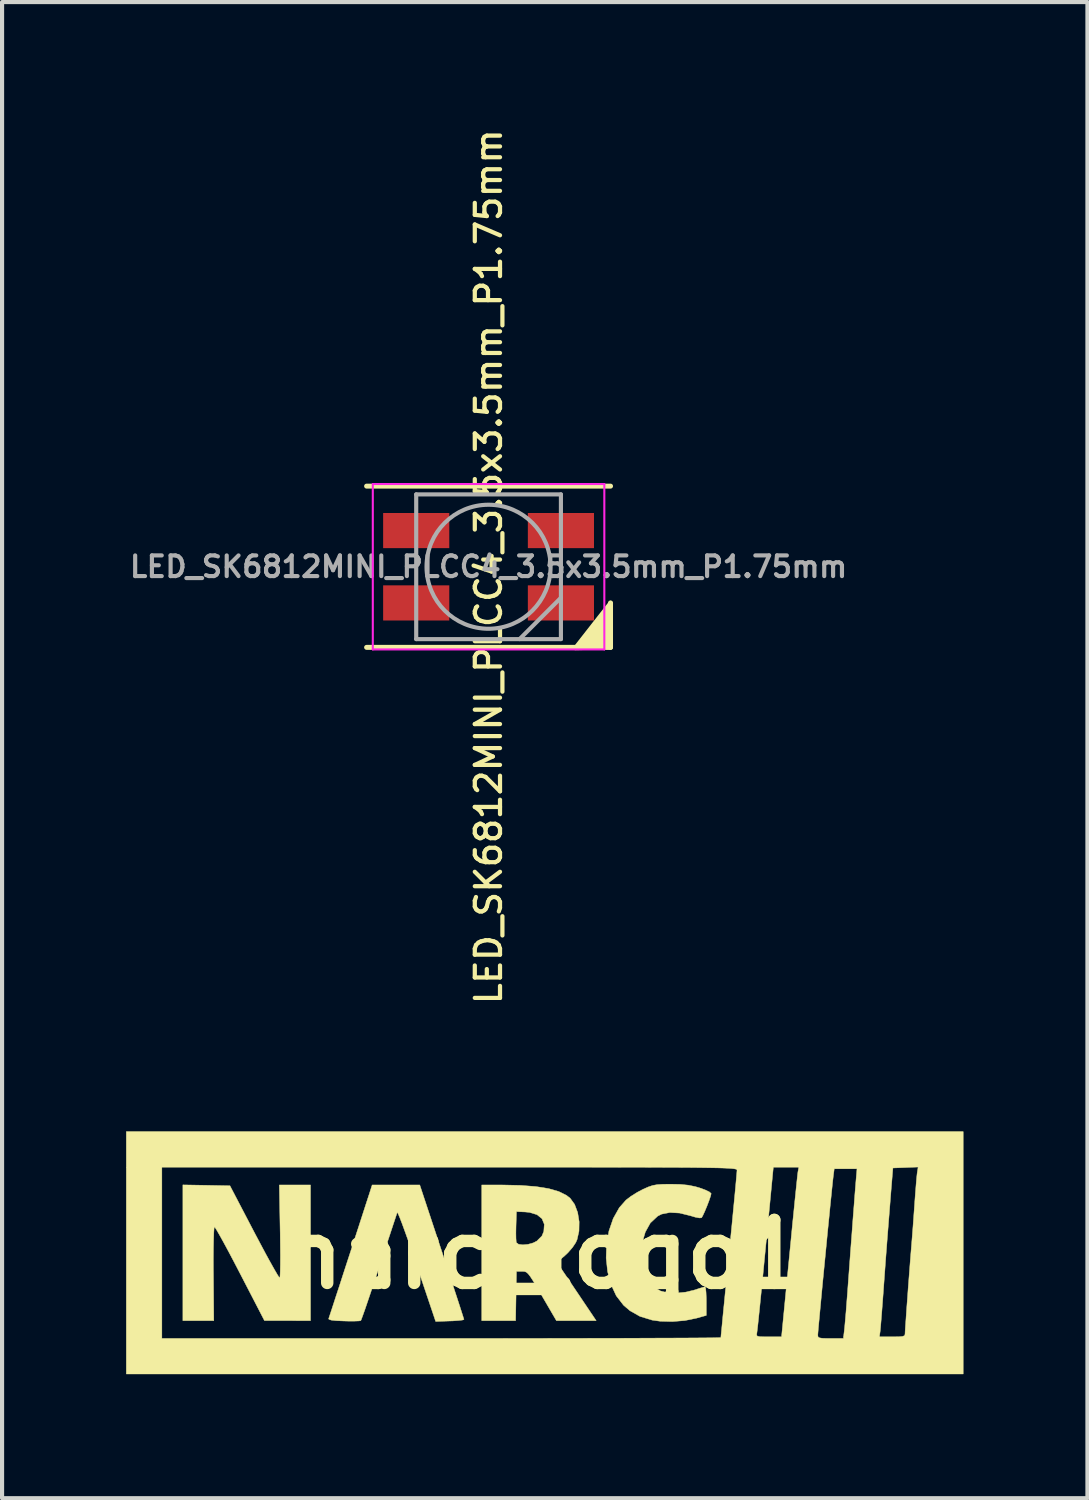
<source format=kicad_pcb>
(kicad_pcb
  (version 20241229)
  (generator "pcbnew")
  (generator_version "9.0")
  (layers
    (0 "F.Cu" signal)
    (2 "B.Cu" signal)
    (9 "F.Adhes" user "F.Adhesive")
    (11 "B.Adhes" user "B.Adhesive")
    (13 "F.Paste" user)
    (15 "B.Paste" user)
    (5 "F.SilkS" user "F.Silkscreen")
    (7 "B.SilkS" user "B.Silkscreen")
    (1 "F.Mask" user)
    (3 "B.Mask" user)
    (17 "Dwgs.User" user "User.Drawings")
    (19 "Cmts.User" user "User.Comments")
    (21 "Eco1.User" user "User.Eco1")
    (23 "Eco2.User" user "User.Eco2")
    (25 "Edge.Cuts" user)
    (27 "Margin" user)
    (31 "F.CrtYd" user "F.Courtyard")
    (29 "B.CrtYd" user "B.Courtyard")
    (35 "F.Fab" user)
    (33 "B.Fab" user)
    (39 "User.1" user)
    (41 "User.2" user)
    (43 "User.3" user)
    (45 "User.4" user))
  (footprint "LED_SK6812MINI_PLCC4_3.5x3.5mm_P1.75mm"
    (layer "F.Cu")
    (at 8.767 10.658)
    (property "Reference" "LED_SK6812MINI_PLCC4_3.5x3.5mm_P1.75mm" (at 0 0 90) (layer "F.SilkS") (effects (font (size 0.61 0.61) (thickness 0.102))))
    (attr smd)
    (fp_line (start -2.95 -1.95) (end 2.95 -1.95) (stroke (width 0.12) (type solid)) (layer "F.SilkS"))
    (fp_line (start -2.95 1.95) (end 2.95 1.95) (stroke (width 0.12) (type solid)) (layer "F.SilkS"))
    (fp_line (start 2.95 1.95) (end 2.95 0.875) (stroke (width 0.12) (type solid)) (layer "F.SilkS"))
    (fp_poly (pts (xy 2.95 0.875) (xy 2.95 1.95) (xy 2.095 1.968)) (stroke (width 0.1) (type solid)) (fill yes) (layer "F.SilkS"))
    (fp_line (start -2.8 -2) (end -2.8 2) (stroke (width 0.05) (type solid)) (layer "F.CrtYd"))
    (fp_line (start -2.8 2) (end 2.8 2) (stroke (width 0.05) (type solid)) (layer "F.CrtYd"))
    (fp_line (start 2.8 -2) (end -2.8 -2) (stroke (width 0.05) (type solid)) (layer "F.CrtYd"))
    (fp_line (start 2.8 2) (end 2.8 -2) (stroke (width 0.05) (type solid)) (layer "F.CrtYd"))
    (fp_line (start -1.75 -1.75) (end -1.75 1.75) (stroke (width 0.1) (type solid)) (layer "F.Fab"))
    (fp_line (start -1.75 1.75) (end 1.75 1.75) (stroke (width 0.1) (type solid)) (layer "F.Fab"))
    (fp_line (start 1.75 -1.75) (end -1.75 -1.75) (stroke (width 0.1) (type solid)) (layer "F.Fab"))
    (fp_line (start 1.75 0.75) (end 0.75 1.75) (stroke (width 0.1) (type solid)) (layer "F.Fab"))
    (fp_line (start 1.75 1.75) (end 1.75 -1.75) (stroke (width 0.1) (type solid)) (layer "F.Fab"))
    (fp_circle (center 0 0) (end 0 -1.5) (stroke (width 0.1) (type solid)) (fill no) (layer "F.Fab"))
    (fp_text user "${REFERENCE}" (at 0 0 0) (layer "F.Fab") (effects (font (size 0.5 0.5) (thickness 0.1))))
    (pad "1" smd rect (at -1.75 -0.875) (size 1.6 0.85) (layers "F.Cu" "F.Mask" "F.Paste"))
    (pad "2" smd rect (at -1.75 0.875) (size 1.6 0.85) (layers "F.Cu" "F.Mask" "F.Paste"))
    (pad "3" smd rect (at 1.75 0.875) (size 1.6 0.85) (layers "F.Cu" "F.Mask" "F.Paste"))
    (pad "4" smd rect (at 1.75 -0.875) (size 1.6 0.85) (layers "F.Cu" "F.Mask" "F.Paste")))
  (footprint "narc_logo1"
    (layer "F.Cu")
    (at 10.126 27.291)
    (property "Reference" "narc_logo1" (at 0 0 0) (layer "F.SilkS") (effects (font (size 1.524 1.524) (thickness 0.3))))
    (attr through_hole)
    (fp_poly (pts (xy -8.183 -1.672) (xy -7.614 -1.661) (xy -7.027 -0.537) (xy -6.884 -0.267) (xy -6.753 -0.021) (xy -6.636 0.192) (xy -6.539 0.365) (xy -6.466 0.49) (xy -6.422 0.558) (xy -6.41 0.568) (xy -6.403 0.525) (xy -6.398 0.415) (xy -6.395 0.246) (xy -6.394 0.03) (xy -6.396 -0.225) (xy -6.399 -0.508) (xy -6.4 -0.565) (xy -6.42 -1.68) (xy -5.666 -1.68) (xy -5.666 1.602) (xy -6.223 1.601) (xy -6.78 1.6) (xy -7.368 0.464) (xy -7.51 0.191) (xy -7.642 -0.059) (xy -7.759 -0.276) (xy -7.857 -0.453) (xy -7.931 -0.582) (xy -7.977 -0.655) (xy -7.99 -0.668) (xy -7.998 -0.63) (xy -8.005 -0.523) (xy -8.01 -0.357) (xy -8.014 -0.143) (xy -8.016 0.111) (xy -8.015 0.395) (xy -8.014 0.469) (xy -8.005 1.602) (xy -8.753 1.602) (xy -8.753 -1.682) (xy -8.183 -1.672)) (stroke (width 0.01) (type solid)) (fill yes) (layer "F.SilkS"))
    (fp_poly (pts (xy -1.026 -1.68) (xy -0.582 -1.67) (xy -0.21 -1.641) (xy 0.095 -1.592) (xy 0.338 -1.522) (xy 0.524 -1.43) (xy 0.614 -1.36) (xy 0.722 -1.211) (xy 0.796 -1.014) (xy 0.832 -0.79) (xy 0.828 -0.564) (xy 0.781 -0.357) (xy 0.75 -0.287) (xy 0.672 -0.17) (xy 0.561 -0.042) (xy 0.481 0.033) (xy 0.295 0.192) (xy 0.77 0.897) (xy 1.244 1.602) (xy 0.282 1.602) (xy -0.065 1.006) (xy -0.19 0.793) (xy -0.283 0.637) (xy -0.352 0.531) (xy -0.405 0.464) (xy -0.448 0.428) (xy -0.49 0.413) (xy -0.538 0.41) (xy -0.548 0.41) (xy -0.684 0.41) (xy -0.705 1.602) (xy -1.524 1.602) (xy -1.524 -0.525) (xy -0.698 -0.525) (xy -0.696 -0.39) (xy -0.69 -0.303) (xy -0.687 -0.286) (xy -0.633 -0.246) (xy -0.531 -0.232) (xy -0.404 -0.244) (xy -0.277 -0.28) (xy -0.191 -0.324) (xy -0.069 -0.446) (xy -0.023 -0.557) (xy -0.011 -0.729) (xy -0.067 -0.865) (xy -0.188 -0.962) (xy -0.37 -1.017) (xy -0.473 -1.027) (xy -0.684 -1.036) (xy -0.695 -0.687) (xy -0.698 -0.525) (xy -1.524 -0.525) (xy -1.524 -1.68) (xy -1.026 -1.68)) (stroke (width 0.01) (type solid)) (fill yes) (layer "F.SilkS"))
    (fp_poly (pts (xy -2.488 -0.065) (xy -2.376 0.275) (xy -2.272 0.591) (xy -2.179 0.876) (xy -2.098 1.123) (xy -2.033 1.324) (xy -1.986 1.471) (xy -1.959 1.556) (xy -1.954 1.575) (xy -1.99 1.587) (xy -2.087 1.598) (xy -2.226 1.608) (xy -2.296 1.61) (xy -2.638 1.622) (xy -3.092 0.274) (xy -3.196 -0.031) (xy -3.293 -0.309) (xy -3.38 -0.552) (xy -3.453 -0.752) (xy -3.511 -0.901) (xy -3.55 -0.992) (xy -3.568 -1.016) (xy -3.568 -1.016) (xy -3.585 -0.966) (xy -3.623 -0.851) (xy -3.68 -0.68) (xy -3.752 -0.461) (xy -3.837 -0.205) (xy -3.931 0.081) (xy -4.007 0.313) (xy -4.106 0.612) (xy -4.199 0.888) (xy -4.281 1.131) (xy -4.35 1.333) (xy -4.404 1.484) (xy -4.438 1.576) (xy -4.45 1.602) (xy -4.497 1.609) (xy -4.604 1.613) (xy -4.753 1.613) (xy -4.859 1.61) (xy -5.046 1.602) (xy -5.164 1.589) (xy -5.22 1.57) (xy -5.226 1.552) (xy -5.211 1.507) (xy -5.175 1.398) (xy -5.121 1.233) (xy -5.053 1.023) (xy -4.972 0.778) (xy -4.884 0.505) (xy -4.79 0.216) (xy -4.693 -0.08) (xy -4.598 -0.374) (xy -4.506 -0.656) (xy -4.422 -0.916) (xy -4.348 -1.145) (xy -4.287 -1.333) (xy -4.242 -1.47) (xy -4.234 -1.495) (xy -4.175 -1.68) (xy -3.023 -1.68) (xy -2.488 -0.065)) (stroke (width 0.01) (type solid)) (fill yes) (layer "F.SilkS"))
    (fp_poly (pts (xy 3.283 -1.694) (xy 3.471 -1.675) (xy 3.642 -1.64) (xy 3.742 -1.611) (xy 3.882 -1.56) (xy 3.982 -1.512) (xy 4.024 -1.474) (xy 4.025 -1.471) (xy 4.01 -1.408) (xy 3.973 -1.299) (xy 3.923 -1.168) (xy 3.869 -1.039) (xy 3.822 -0.937) (xy 3.793 -0.887) (xy 3.743 -0.882) (xy 3.642 -0.901) (xy 3.524 -0.936) (xy 3.261 -1.001) (xy 3.024 -1.014) (xy 2.826 -0.975) (xy 2.732 -0.927) (xy 2.554 -0.761) (xy 2.432 -0.541) (xy 2.387 -0.387) (xy 2.347 -0.083) (xy 2.359 0.199) (xy 2.42 0.449) (xy 2.527 0.657) (xy 2.677 0.813) (xy 2.802 0.885) (xy 2.97 0.926) (xy 3.182 0.935) (xy 3.409 0.912) (xy 3.618 0.861) (xy 3.744 0.82) (xy 3.839 0.792) (xy 3.878 0.782) (xy 3.891 0.818) (xy 3.901 0.915) (xy 3.907 1.054) (xy 3.908 1.128) (xy 3.908 1.475) (xy 3.665 1.543) (xy 3.388 1.599) (xy 3.085 1.624) (xy 2.791 1.616) (xy 2.599 1.589) (xy 2.304 1.499) (xy 2.061 1.362) (xy 1.905 1.228) (xy 1.729 1) (xy 1.601 0.724) (xy 1.52 0.415) (xy 1.485 0.087) (xy 1.496 -0.246) (xy 1.553 -0.569) (xy 1.656 -0.869) (xy 1.803 -1.131) (xy 1.966 -1.316) (xy 2.084 -1.406) (xy 2.239 -1.503) (xy 2.379 -1.577) (xy 2.504 -1.632) (xy 2.609 -1.668) (xy 2.719 -1.688) (xy 2.858 -1.697) (xy 3.048 -1.699) (xy 3.283 -1.694)) (stroke (width 0.01) (type solid)) (fill yes) (layer "F.SilkS"))
    (fp_poly (pts (xy 10.121 2.892) (xy -10.121 2.892) (xy -10.121 -2.11) (xy -9.261 -2.11) (xy -9.261 2.032) (xy -2.501 2.032) (xy -1.78 2.032) (xy -1.081 2.032) (xy -0.407 2.031) (xy 0.237 2.03) (xy 0.849 2.029) (xy 1.423 2.028) (xy 1.955 2.027) (xy 2.443 2.025) (xy 2.881 2.023) (xy 3.267 2.022) (xy 3.595 2.02) (xy 3.862 2.018) (xy 4.064 2.016) (xy 4.197 2.013) (xy 4.256 2.011) (xy 4.259 2.011) (xy 4.263 1.969) (xy 4.265 1.949) (xy 5.124 1.949) (xy 5.141 1.975) (xy 5.194 1.988) (xy 5.3 1.992) (xy 5.419 1.993) (xy 5.727 1.993) (xy 5.731 1.953) (xy 6.604 1.953) (xy 6.61 1.992) (xy 6.64 2.016) (xy 6.709 2.028) (xy 6.832 2.032) (xy 6.913 2.032) (xy 7.222 2.032) (xy 7.227 1.993) (xy 8.094 1.993) (xy 8.404 1.993) (xy 8.56 1.991) (xy 8.653 1.983) (xy 8.699 1.965) (xy 8.713 1.934) (xy 8.714 1.92) (xy 8.717 1.856) (xy 8.725 1.727) (xy 8.738 1.545) (xy 8.753 1.322) (xy 8.772 1.07) (xy 8.791 0.802) (xy 8.812 0.53) (xy 8.832 0.267) (xy 8.851 0.025) (xy 8.868 -0.184) (xy 8.869 -0.195) (xy 8.886 -0.407) (xy 8.906 -0.665) (xy 8.926 -0.942) (xy 8.945 -1.206) (xy 8.948 -1.25) (xy 8.964 -1.471) (xy 8.98 -1.673) (xy 8.994 -1.84) (xy 9.006 -1.954) (xy 9.01 -1.985) (xy 9.031 -2.114) (xy 8.726 -2.102) (xy 8.421 -2.091) (xy 8.376 -1.544) (xy 8.329 -0.951) (xy 8.286 -0.407) (xy 8.246 0.117) (xy 8.207 0.651) (xy 8.188 0.918) (xy 8.169 1.172) (xy 8.151 1.406) (xy 8.135 1.607) (xy 8.122 1.761) (xy 8.113 1.854) (xy 8.112 1.866) (xy 8.094 1.993) (xy 7.227 1.993) (xy 7.245 1.846) (xy 7.255 1.75) (xy 7.269 1.592) (xy 7.287 1.386) (xy 7.305 1.148) (xy 7.325 0.893) (xy 7.327 0.86) (xy 7.362 0.388) (xy 7.395 -0.062) (xy 7.427 -0.481) (xy 7.455 -0.861) (xy 7.481 -1.194) (xy 7.502 -1.47) (xy 7.519 -1.682) (xy 7.526 -1.768) (xy 7.552 -2.071) (xy 7.002 -2.071) (xy 6.978 -1.885) (xy 6.968 -1.798) (xy 6.952 -1.647) (xy 6.931 -1.44) (xy 6.905 -1.189) (xy 6.877 -0.902) (xy 6.845 -0.588) (xy 6.813 -0.257) (xy 6.78 0.082) (xy 6.747 0.419) (xy 6.715 0.745) (xy 6.686 1.052) (xy 6.66 1.328) (xy 6.638 1.565) (xy 6.62 1.754) (xy 6.609 1.886) (xy 6.604 1.95) (xy 6.604 1.953) (xy 5.731 1.953) (xy 5.916 0.049) (xy 5.954 -0.336) (xy 5.989 -0.7) (xy 6.023 -1.035) (xy 6.053 -1.333) (xy 6.079 -1.586) (xy 6.1 -1.787) (xy 6.115 -1.927) (xy 6.124 -1.998) (xy 6.125 -2.003) (xy 6.145 -2.11) (xy 5.529 -2.11) (xy 5.34 -0.147) (xy 5.302 0.24) (xy 5.267 0.604) (xy 5.233 0.939) (xy 5.203 1.237) (xy 5.177 1.489) (xy 5.156 1.689) (xy 5.14 1.829) (xy 5.131 1.899) (xy 5.13 1.905) (xy 5.124 1.949) (xy 4.265 1.949) (xy 4.274 1.856) (xy 4.291 1.681) (xy 4.313 1.45) (xy 4.341 1.171) (xy 4.372 0.852) (xy 4.407 0.499) (xy 4.444 0.12) (xy 4.455 0.016) (xy 4.493 -0.371) (xy 4.529 -0.735) (xy 4.561 -1.07) (xy 4.59 -1.367) (xy 4.614 -1.62) (xy 4.632 -1.819) (xy 4.644 -1.958) (xy 4.65 -2.028) (xy 4.65 -2.034) (xy 4.649 -2.043) (xy 4.644 -2.052) (xy 4.63 -2.06) (xy 4.606 -2.067) (xy 4.567 -2.073) (xy 4.511 -2.079) (xy 4.433 -2.084) (xy 4.33 -2.089) (xy 4.199 -2.093) (xy 4.037 -2.096) (xy 3.84 -2.099) (xy 3.605 -2.102) (xy 3.329 -2.104) (xy 3.007 -2.105) (xy 2.637 -2.107) (xy 2.215 -2.108) (xy 1.739 -2.109) (xy 1.204 -2.109) (xy 0.607 -2.11) (xy -0.056 -2.11) (xy -0.787 -2.11) (xy -1.589 -2.11) (xy -2.306 -2.11) (xy -9.261 -2.11) (xy -10.121 -2.11) (xy -10.121 -2.97) (xy 10.121 -2.97) (xy 10.121 2.892)) (stroke (width 0.01) (type solid)) (fill yes) (layer "F.SilkS")))
  (gr_rect
    (start -3 -3)
    (end 23.252 33.187)
    (stroke (width 0.1) (type default))
    (fill no)
    (layer "Edge.Cuts")))
</source>
